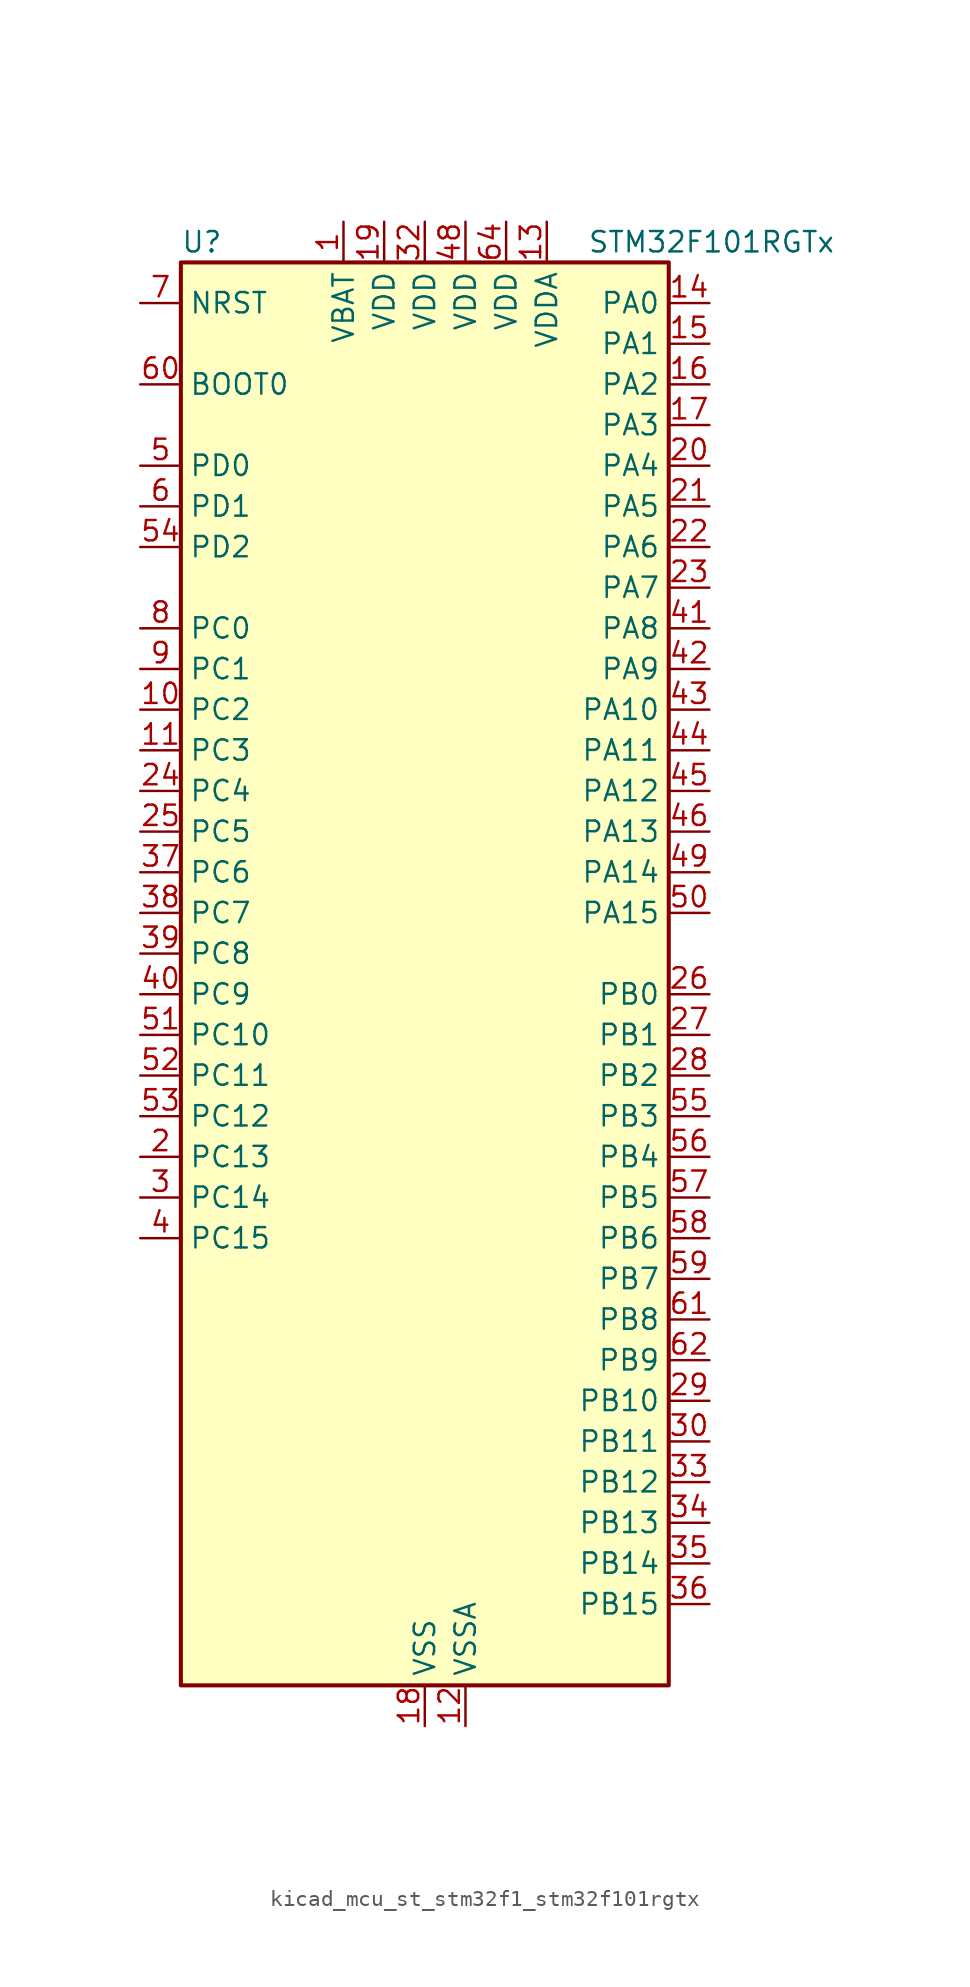
<source format=kicad_sym>
(kicad_symbol_lib
  (version 20220914)
  (generator kicad_symbol_editor)
  (symbol "kicad_mcu_st_stm32f1_stm32f101rgtx"
    (property "Reference" "U"
      (at -15.24 46.99 0)
      (effects (font (size 1.27 1.27)) (justify left)))
    (property "Value" "STM32F101RGTx"
      (at 10.16 46.99 0)
      (effects (font (size 1.27 1.27)) (justify left)))
    (property "ki_locked" ""
      (at 0 0 0)
      (effects (font (size 1.27 1.27))))
    (symbol "kicad_mcu_st_stm32f1_stm32f101rgtx_0_1"
      (rectangle (start -15.24 -43.18) (end 15.24 45.72) (stroke (width 0.254) (type default)) (fill (type background))))
    (symbol "kicad_mcu_st_stm32f1_stm32f101rgtx_1_1"
      (pin power_in line (at -5.08 48.26 270) (length 2.54) (name "VBAT" (effects (font (size 1.27 1.27)))) (number "1" (effects (font (size 1.27 1.27)))))
      (pin bidirectional line (at -17.78 17.78 0) (length 2.54) (name "PC2" (effects (font (size 1.27 1.27)))) (number "10" (effects (font (size 1.27 1.27)))) (alternate "ADC1_IN12" bidirectional line))
      (pin bidirectional line (at -17.78 15.24 0) (length 2.54) (name "PC3" (effects (font (size 1.27 1.27)))) (number "11" (effects (font (size 1.27 1.27)))) (alternate "ADC1_IN13" bidirectional line))
      (pin power_in line (at 2.54 -45.72 90) (length 2.54) (name "VSSA" (effects (font (size 1.27 1.27)))) (number "12" (effects (font (size 1.27 1.27)))))
      (pin power_in line (at 7.62 48.26 270) (length 2.54) (name "VDDA" (effects (font (size 1.27 1.27)))) (number "13" (effects (font (size 1.27 1.27)))))
      (pin bidirectional line (at 17.78 43.18 180) (length 2.54) (name "PA0" (effects (font (size 1.27 1.27)))) (number "14" (effects (font (size 1.27 1.27)))) (alternate "ADC1_IN0" bidirectional line) (alternate "SYS_WKUP" bidirectional line) (alternate "TIM2_CH1" bidirectional line) (alternate "TIM2_ETR" bidirectional line) (alternate "TIM5_CH1" bidirectional line) (alternate "USART2_CTS" bidirectional line))
      (pin bidirectional line (at 17.78 40.64 180) (length 2.54) (name "PA1" (effects (font (size 1.27 1.27)))) (number "15" (effects (font (size 1.27 1.27)))) (alternate "ADC1_IN1" bidirectional line) (alternate "TIM2_CH2" bidirectional line) (alternate "TIM5_CH2" bidirectional line) (alternate "USART2_RTS" bidirectional line))
      (pin bidirectional line (at 17.78 38.1 180) (length 2.54) (name "PA2" (effects (font (size 1.27 1.27)))) (number "16" (effects (font (size 1.27 1.27)))) (alternate "ADC1_IN2" bidirectional line) (alternate "TIM2_CH3" bidirectional line) (alternate "TIM5_CH3" bidirectional line) (alternate "TIM9_CH1" bidirectional line) (alternate "USART2_TX" bidirectional line))
      (pin bidirectional line (at 17.78 35.56 180) (length 2.54) (name "PA3" (effects (font (size 1.27 1.27)))) (number "17" (effects (font (size 1.27 1.27)))) (alternate "ADC1_IN3" bidirectional line) (alternate "TIM2_CH4" bidirectional line) (alternate "TIM5_CH4" bidirectional line) (alternate "TIM9_CH2" bidirectional line) (alternate "USART2_RX" bidirectional line))
      (pin power_in line (at 0 -45.72 90) (length 2.54) (name "VSS" (effects (font (size 1.27 1.27)))) (number "18" (effects (font (size 1.27 1.27)))))
      (pin power_in line (at -2.54 48.26 270) (length 2.54) (name "VDD" (effects (font (size 1.27 1.27)))) (number "19" (effects (font (size 1.27 1.27)))))
      (pin bidirectional line (at -17.78 -10.16 0) (length 2.54) (name "PC13" (effects (font (size 1.27 1.27)))) (number "2" (effects (font (size 1.27 1.27)))) (alternate "RTC_OUT" bidirectional line) (alternate "RTC_TAMPER" bidirectional line))
      (pin bidirectional line (at 17.78 33.02 180) (length 2.54) (name "PA4" (effects (font (size 1.27 1.27)))) (number "20" (effects (font (size 1.27 1.27)))) (alternate "ADC1_IN4" bidirectional line) (alternate "DAC_OUT1" bidirectional line) (alternate "SPI1_NSS" bidirectional line) (alternate "USART2_CK" bidirectional line))
      (pin bidirectional line (at 17.78 30.48 180) (length 2.54) (name "PA5" (effects (font (size 1.27 1.27)))) (number "21" (effects (font (size 1.27 1.27)))) (alternate "ADC1_IN5" bidirectional line) (alternate "DAC_OUT2" bidirectional line) (alternate "SPI1_SCK" bidirectional line))
      (pin bidirectional line (at 17.78 27.94 180) (length 2.54) (name "PA6" (effects (font (size 1.27 1.27)))) (number "22" (effects (font (size 1.27 1.27)))) (alternate "ADC1_IN6" bidirectional line) (alternate "SPI1_MISO" bidirectional line) (alternate "TIM13_CH1" bidirectional line) (alternate "TIM3_CH1" bidirectional line))
      (pin bidirectional line (at 17.78 25.4 180) (length 2.54) (name "PA7" (effects (font (size 1.27 1.27)))) (number "23" (effects (font (size 1.27 1.27)))) (alternate "ADC1_IN7" bidirectional line) (alternate "SPI1_MOSI" bidirectional line) (alternate "TIM14_CH1" bidirectional line) (alternate "TIM3_CH2" bidirectional line))
      (pin bidirectional line (at -17.78 12.7 0) (length 2.54) (name "PC4" (effects (font (size 1.27 1.27)))) (number "24" (effects (font (size 1.27 1.27)))) (alternate "ADC1_IN14" bidirectional line))
      (pin bidirectional line (at -17.78 10.16 0) (length 2.54) (name "PC5" (effects (font (size 1.27 1.27)))) (number "25" (effects (font (size 1.27 1.27)))) (alternate "ADC1_IN15" bidirectional line))
      (pin bidirectional line (at 17.78 0 180) (length 2.54) (name "PB0" (effects (font (size 1.27 1.27)))) (number "26" (effects (font (size 1.27 1.27)))) (alternate "ADC1_IN8" bidirectional line) (alternate "TIM3_CH3" bidirectional line))
      (pin bidirectional line (at 17.78 -2.54 180) (length 2.54) (name "PB1" (effects (font (size 1.27 1.27)))) (number "27" (effects (font (size 1.27 1.27)))) (alternate "ADC1_IN9" bidirectional line) (alternate "TIM3_CH4" bidirectional line))
      (pin bidirectional line (at 17.78 -5.08 180) (length 2.54) (name "PB2" (effects (font (size 1.27 1.27)))) (number "28" (effects (font (size 1.27 1.27)))))
      (pin bidirectional line (at 17.78 -25.4 180) (length 2.54) (name "PB10" (effects (font (size 1.27 1.27)))) (number "29" (effects (font (size 1.27 1.27)))) (alternate "I2C2_SCL" bidirectional line) (alternate "TIM2_CH3" bidirectional line) (alternate "USART3_TX" bidirectional line))
      (pin bidirectional line (at -17.78 -12.7 0) (length 2.54) (name "PC14" (effects (font (size 1.27 1.27)))) (number "3" (effects (font (size 1.27 1.27)))) (alternate "RCC_OSC32_IN" bidirectional line))
      (pin bidirectional line (at 17.78 -27.94 180) (length 2.54) (name "PB11" (effects (font (size 1.27 1.27)))) (number "30" (effects (font (size 1.27 1.27)))) (alternate "ADC1_EXTI11" bidirectional line) (alternate "I2C2_SDA" bidirectional line) (alternate "TIM2_CH4" bidirectional line) (alternate "USART3_RX" bidirectional line))
      (pin passive line (at 0 -45.72 90) (length 2.54) hide (name "VSS" (effects (font (size 1.27 1.27)))) (number "31" (effects (font (size 1.27 1.27)))))
      (pin power_in line (at 0 48.26 270) (length 2.54) (name "VDD" (effects (font (size 1.27 1.27)))) (number "32" (effects (font (size 1.27 1.27)))))
      (pin bidirectional line (at 17.78 -30.48 180) (length 2.54) (name "PB12" (effects (font (size 1.27 1.27)))) (number "33" (effects (font (size 1.27 1.27)))) (alternate "I2C2_SMBA" bidirectional line) (alternate "SPI2_NSS" bidirectional line) (alternate "USART3_CK" bidirectional line))
      (pin bidirectional line (at 17.78 -33.02 180) (length 2.54) (name "PB13" (effects (font (size 1.27 1.27)))) (number "34" (effects (font (size 1.27 1.27)))) (alternate "SPI2_SCK" bidirectional line) (alternate "USART3_CTS" bidirectional line))
      (pin bidirectional line (at 17.78 -35.56 180) (length 2.54) (name "PB14" (effects (font (size 1.27 1.27)))) (number "35" (effects (font (size 1.27 1.27)))) (alternate "SPI2_MISO" bidirectional line) (alternate "TIM12_CH1" bidirectional line) (alternate "USART3_RTS" bidirectional line))
      (pin bidirectional line (at 17.78 -38.1 180) (length 2.54) (name "PB15" (effects (font (size 1.27 1.27)))) (number "36" (effects (font (size 1.27 1.27)))) (alternate "ADC1_EXTI15" bidirectional line) (alternate "SPI2_MOSI" bidirectional line) (alternate "TIM12_CH2" bidirectional line))
      (pin bidirectional line (at -17.78 7.62 0) (length 2.54) (name "PC6" (effects (font (size 1.27 1.27)))) (number "37" (effects (font (size 1.27 1.27)))) (alternate "TIM3_CH1" bidirectional line))
      (pin bidirectional line (at -17.78 5.08 0) (length 2.54) (name "PC7" (effects (font (size 1.27 1.27)))) (number "38" (effects (font (size 1.27 1.27)))) (alternate "TIM3_CH2" bidirectional line))
      (pin bidirectional line (at -17.78 2.54 0) (length 2.54) (name "PC8" (effects (font (size 1.27 1.27)))) (number "39" (effects (font (size 1.27 1.27)))) (alternate "TIM3_CH3" bidirectional line))
      (pin bidirectional line (at -17.78 -15.24 0) (length 2.54) (name "PC15" (effects (font (size 1.27 1.27)))) (number "4" (effects (font (size 1.27 1.27)))) (alternate "ADC1_EXTI15" bidirectional line) (alternate "RCC_OSC32_OUT" bidirectional line))
      (pin bidirectional line (at -17.78 0 0) (length 2.54) (name "PC9" (effects (font (size 1.27 1.27)))) (number "40" (effects (font (size 1.27 1.27)))) (alternate "DAC_EXTI9" bidirectional line) (alternate "TIM3_CH4" bidirectional line))
      (pin bidirectional line (at 17.78 22.86 180) (length 2.54) (name "PA8" (effects (font (size 1.27 1.27)))) (number "41" (effects (font (size 1.27 1.27)))) (alternate "RCC_MCO" bidirectional line) (alternate "USART1_CK" bidirectional line))
      (pin bidirectional line (at 17.78 20.32 180) (length 2.54) (name "PA9" (effects (font (size 1.27 1.27)))) (number "42" (effects (font (size 1.27 1.27)))) (alternate "DAC_EXTI9" bidirectional line) (alternate "USART1_TX" bidirectional line))
      (pin bidirectional line (at 17.78 17.78 180) (length 2.54) (name "PA10" (effects (font (size 1.27 1.27)))) (number "43" (effects (font (size 1.27 1.27)))) (alternate "USART1_RX" bidirectional line))
      (pin bidirectional line (at 17.78 15.24 180) (length 2.54) (name "PA11" (effects (font (size 1.27 1.27)))) (number "44" (effects (font (size 1.27 1.27)))) (alternate "ADC1_EXTI11" bidirectional line) (alternate "USART1_CTS" bidirectional line))
      (pin bidirectional line (at 17.78 12.7 180) (length 2.54) (name "PA12" (effects (font (size 1.27 1.27)))) (number "45" (effects (font (size 1.27 1.27)))) (alternate "USART1_RTS" bidirectional line))
      (pin bidirectional line (at 17.78 10.16 180) (length 2.54) (name "PA13" (effects (font (size 1.27 1.27)))) (number "46" (effects (font (size 1.27 1.27)))) (alternate "SYS_JTMS-SWDIO" bidirectional line))
      (pin passive line (at 0 -45.72 90) (length 2.54) hide (name "VSS" (effects (font (size 1.27 1.27)))) (number "47" (effects (font (size 1.27 1.27)))))
      (pin power_in line (at 2.54 48.26 270) (length 2.54) (name "VDD" (effects (font (size 1.27 1.27)))) (number "48" (effects (font (size 1.27 1.27)))))
      (pin bidirectional line (at 17.78 7.62 180) (length 2.54) (name "PA14" (effects (font (size 1.27 1.27)))) (number "49" (effects (font (size 1.27 1.27)))) (alternate "SYS_JTCK-SWCLK" bidirectional line))
      (pin bidirectional line (at -17.78 33.02 0) (length 2.54) (name "PD0" (effects (font (size 1.27 1.27)))) (number "5" (effects (font (size 1.27 1.27)))) (alternate "RCC_OSC_IN" bidirectional line))
      (pin bidirectional line (at 17.78 5.08 180) (length 2.54) (name "PA15" (effects (font (size 1.27 1.27)))) (number "50" (effects (font (size 1.27 1.27)))) (alternate "ADC1_EXTI15" bidirectional line) (alternate "SPI1_NSS" bidirectional line) (alternate "SPI3_NSS" bidirectional line) (alternate "SYS_JTDI" bidirectional line) (alternate "TIM2_CH1" bidirectional line) (alternate "TIM2_ETR" bidirectional line))
      (pin bidirectional line (at -17.78 -2.54 0) (length 2.54) (name "PC10" (effects (font (size 1.27 1.27)))) (number "51" (effects (font (size 1.27 1.27)))) (alternate "UART4_TX" bidirectional line) (alternate "USART3_TX" bidirectional line))
      (pin bidirectional line (at -17.78 -5.08 0) (length 2.54) (name "PC11" (effects (font (size 1.27 1.27)))) (number "52" (effects (font (size 1.27 1.27)))) (alternate "ADC1_EXTI11" bidirectional line) (alternate "UART4_RX" bidirectional line) (alternate "USART3_RX" bidirectional line))
      (pin bidirectional line (at -17.78 -7.62 0) (length 2.54) (name "PC12" (effects (font (size 1.27 1.27)))) (number "53" (effects (font (size 1.27 1.27)))) (alternate "UART5_TX" bidirectional line) (alternate "USART3_CK" bidirectional line))
      (pin bidirectional line (at -17.78 27.94 0) (length 2.54) (name "PD2" (effects (font (size 1.27 1.27)))) (number "54" (effects (font (size 1.27 1.27)))) (alternate "TIM3_ETR" bidirectional line) (alternate "UART5_RX" bidirectional line))
      (pin bidirectional line (at 17.78 -7.62 180) (length 2.54) (name "PB3" (effects (font (size 1.27 1.27)))) (number "55" (effects (font (size 1.27 1.27)))) (alternate "SPI1_SCK" bidirectional line) (alternate "SPI3_SCK" bidirectional line) (alternate "SYS_JTDO-TRACESWO" bidirectional line) (alternate "TIM2_CH2" bidirectional line))
      (pin bidirectional line (at 17.78 -10.16 180) (length 2.54) (name "PB4" (effects (font (size 1.27 1.27)))) (number "56" (effects (font (size 1.27 1.27)))) (alternate "SPI1_MISO" bidirectional line) (alternate "SPI3_MISO" bidirectional line) (alternate "SYS_NJTRST" bidirectional line) (alternate "TIM3_CH1" bidirectional line))
      (pin bidirectional line (at 17.78 -12.7 180) (length 2.54) (name "PB5" (effects (font (size 1.27 1.27)))) (number "57" (effects (font (size 1.27 1.27)))) (alternate "I2C1_SMBA" bidirectional line) (alternate "SPI1_MOSI" bidirectional line) (alternate "SPI3_MOSI" bidirectional line) (alternate "TIM3_CH2" bidirectional line))
      (pin bidirectional line (at 17.78 -15.24 180) (length 2.54) (name "PB6" (effects (font (size 1.27 1.27)))) (number "58" (effects (font (size 1.27 1.27)))) (alternate "I2C1_SCL" bidirectional line) (alternate "TIM4_CH1" bidirectional line) (alternate "USART1_TX" bidirectional line))
      (pin bidirectional line (at 17.78 -17.78 180) (length 2.54) (name "PB7" (effects (font (size 1.27 1.27)))) (number "59" (effects (font (size 1.27 1.27)))) (alternate "I2C1_SDA" bidirectional line) (alternate "TIM4_CH2" bidirectional line) (alternate "USART1_RX" bidirectional line))
      (pin bidirectional line (at -17.78 30.48 0) (length 2.54) (name "PD1" (effects (font (size 1.27 1.27)))) (number "6" (effects (font (size 1.27 1.27)))) (alternate "RCC_OSC_OUT" bidirectional line))
      (pin input line (at -17.78 38.1 0) (length 2.54) (name "BOOT0" (effects (font (size 1.27 1.27)))) (number "60" (effects (font (size 1.27 1.27)))))
      (pin bidirectional line (at 17.78 -20.32 180) (length 2.54) (name "PB8" (effects (font (size 1.27 1.27)))) (number "61" (effects (font (size 1.27 1.27)))) (alternate "I2C1_SCL" bidirectional line) (alternate "TIM10_CH1" bidirectional line) (alternate "TIM4_CH3" bidirectional line))
      (pin bidirectional line (at 17.78 -22.86 180) (length 2.54) (name "PB9" (effects (font (size 1.27 1.27)))) (number "62" (effects (font (size 1.27 1.27)))) (alternate "DAC_EXTI9" bidirectional line) (alternate "I2C1_SDA" bidirectional line) (alternate "TIM11_CH1" bidirectional line) (alternate "TIM4_CH4" bidirectional line))
      (pin passive line (at 0 -45.72 90) (length 2.54) hide (name "VSS" (effects (font (size 1.27 1.27)))) (number "63" (effects (font (size 1.27 1.27)))))
      (pin power_in line (at 5.08 48.26 270) (length 2.54) (name "VDD" (effects (font (size 1.27 1.27)))) (number "64" (effects (font (size 1.27 1.27)))))
      (pin input line (at -17.78 43.18 0) (length 2.54) (name "NRST" (effects (font (size 1.27 1.27)))) (number "7" (effects (font (size 1.27 1.27)))))
      (pin bidirectional line (at -17.78 22.86 0) (length 2.54) (name "PC0" (effects (font (size 1.27 1.27)))) (number "8" (effects (font (size 1.27 1.27)))) (alternate "ADC1_IN10" bidirectional line))
      (pin bidirectional line (at -17.78 20.32 0) (length 2.54) (name "PC1" (effects (font (size 1.27 1.27)))) (number "9" (effects (font (size 1.27 1.27)))) (alternate "ADC1_IN11" bidirectional line)))))
</source>
